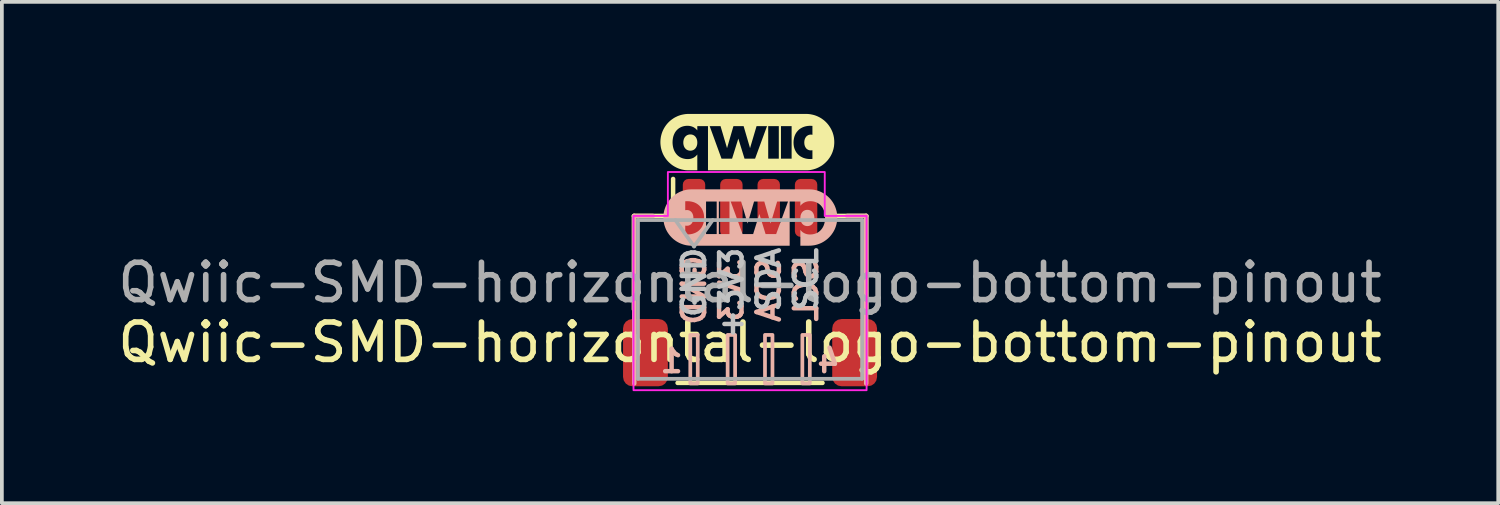
<source format=kicad_pcb>
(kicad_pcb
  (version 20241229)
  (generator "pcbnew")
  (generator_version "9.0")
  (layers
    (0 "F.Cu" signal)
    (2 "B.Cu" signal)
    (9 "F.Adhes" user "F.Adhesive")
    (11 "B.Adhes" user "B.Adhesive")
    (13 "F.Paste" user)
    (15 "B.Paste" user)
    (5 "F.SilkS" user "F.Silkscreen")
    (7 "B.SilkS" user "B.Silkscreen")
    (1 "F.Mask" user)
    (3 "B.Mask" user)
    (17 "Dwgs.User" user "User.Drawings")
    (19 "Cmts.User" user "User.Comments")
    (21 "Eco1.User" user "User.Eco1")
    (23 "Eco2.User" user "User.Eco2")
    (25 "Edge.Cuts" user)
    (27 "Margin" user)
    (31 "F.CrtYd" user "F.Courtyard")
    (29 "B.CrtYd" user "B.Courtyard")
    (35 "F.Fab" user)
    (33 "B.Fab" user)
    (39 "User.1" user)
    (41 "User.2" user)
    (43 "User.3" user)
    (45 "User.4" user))
  (footprint "Qwiic-SMD-horizontal-logo-bottom-pinout"
    (layer "F.Cu")
    (at 17.03 4.516)
    (property "Reference" "Qwiic-SMD-horizontal-logo-bottom-pinout" (at 0 1.6 0) (layer "F.SilkS") (effects (font (size 1 1) (thickness 0.15))))
    (attr smd)
    (fp_line (start -3.11 -1.785) (end -2.06 -1.785) (stroke (width 0.12) (type solid)) (layer "F.SilkS"))
    (fp_line (start -3.11 0.715) (end -3.11 -1.785) (stroke (width 0.12) (type solid)) (layer "F.SilkS"))
    (fp_line (start -2.06 -1.785) (end -2.06 -2.775) (stroke (width 0.12) (type solid)) (layer "F.SilkS"))
    (fp_line (start -1.94 2.685) (end 1.94 2.685) (stroke (width 0.12) (type solid)) (layer "F.SilkS"))
    (fp_line (start 3.11 -1.785) (end 2.06 -1.785) (stroke (width 0.12) (type solid)) (layer "F.SilkS"))
    (fp_line (start 3.11 0.715) (end 3.11 -1.785) (stroke (width 0.12) (type solid)) (layer "F.SilkS"))
    (fp_poly (pts (xy -1.588 -3.966) (xy -1.578 -3.966) (xy -1.568 -3.964) (xy -1.559 -3.963) (xy -1.549 -3.96) (xy -1.54 -3.958) (xy -1.531 -3.955) (xy -1.523 -3.951) (xy -1.514 -3.947) (xy -1.506 -3.943) (xy -1.498 -3.938) (xy -1.491 -3.932) (xy -1.483 -3.927) (xy -1.477 -3.92) (xy -1.47 -3.914) (xy -1.464 -3.907) (xy -1.458 -3.9) (xy -1.452 -3.892) (xy -1.447 -3.884) (xy -1.442 -3.876) (xy -1.437 -3.867) (xy -1.433 -3.858) (xy -1.429 -3.848) (xy -1.426 -3.838) (xy -1.422 -3.828) (xy -1.42 -3.818) (xy -1.417 -3.807) (xy -1.415 -3.796) (xy -1.414 -3.785) (xy -1.413 -3.773) (xy -1.412 -3.762) (xy -1.412 -3.75) (xy -1.412 -3.738) (xy -1.413 -3.726) (xy -1.414 -3.714) (xy -1.415 -3.703) (xy -1.417 -3.692) (xy -1.42 -3.682) (xy -1.422 -3.671) (xy -1.426 -3.661) (xy -1.429 -3.652) (xy -1.433 -3.642) (xy -1.437 -3.633) (xy -1.442 -3.624) (xy -1.447 -3.616) (xy -1.452 -3.608) (xy -1.458 -3.6) (xy -1.464 -3.593) (xy -1.47 -3.586) (xy -1.477 -3.579) (xy -1.483 -3.573) (xy -1.491 -3.567) (xy -1.498 -3.562) (xy -1.506 -3.557) (xy -1.514 -3.552) (xy -1.523 -3.548) (xy -1.531 -3.545) (xy -1.54 -3.541) (xy -1.549 -3.539) (xy -1.559 -3.537) (xy -1.568 -3.535) (xy -1.578 -3.533) (xy -1.588 -3.533) (xy -1.599 -3.532) (xy -1.609 -3.533) (xy -1.619 -3.533) (xy -1.629 -3.535) (xy -1.639 -3.537) (xy -1.648 -3.539) (xy -1.658 -3.541) (xy -1.667 -3.545) (xy -1.675 -3.548) (xy -1.684 -3.552) (xy -1.692 -3.557) (xy -1.7 -3.562) (xy -1.708 -3.567) (xy -1.715 -3.573) (xy -1.722 -3.579) (xy -1.728 -3.586) (xy -1.735 -3.593) (xy -1.741 -3.6) (xy -1.747 -3.608) (xy -1.752 -3.616) (xy -1.757 -3.624) (xy -1.761 -3.633) (xy -1.766 -3.642) (xy -1.77 -3.652) (xy -1.773 -3.661) (xy -1.776 -3.671) (xy -1.779 -3.682) (xy -1.781 -3.692) (xy -1.783 -3.703) (xy -1.785 -3.714) (xy -1.786 -3.726) (xy -1.786 -3.738) (xy -1.787 -3.75) (xy -1.786 -3.762) (xy -1.786 -3.773) (xy -1.785 -3.785) (xy -1.783 -3.796) (xy -1.781 -3.807) (xy -1.779 -3.817) (xy -1.776 -3.828) (xy -1.773 -3.838) (xy -1.77 -3.848) (xy -1.766 -3.857) (xy -1.761 -3.866) (xy -1.757 -3.875) (xy -1.752 -3.883) (xy -1.747 -3.891) (xy -1.741 -3.899) (xy -1.735 -3.906) (xy -1.728 -3.913) (xy -1.722 -3.92) (xy -1.715 -3.926) (xy -1.708 -3.932) (xy -1.7 -3.937) (xy -1.692 -3.942) (xy -1.684 -3.947) (xy -1.675 -3.951) (xy -1.667 -3.954) (xy -1.658 -3.958) (xy -1.648 -3.96) (xy -1.639 -3.963) (xy -1.629 -3.964) (xy -1.619 -3.966) (xy -1.609 -3.966) (xy -1.599 -3.967)) (stroke (width -0.000001) (type solid)) (fill yes) (layer "F.SilkS"))
    (fp_poly (pts (xy 1.54 -4.515) (xy 1.578 -4.512) (xy 1.616 -4.507) (xy 1.653 -4.5) (xy 1.689 -4.492) (xy 1.725 -4.482) (xy 1.76 -4.47) (xy 1.794 -4.457) (xy 1.828 -4.441) (xy 1.86 -4.425) (xy 1.892 -4.407) (xy 1.923 -4.387) (xy 1.952 -4.366) (xy 1.981 -4.344) (xy 2.008 -4.32) (xy 2.034 -4.295) (xy 2.059 -4.269) (xy 2.083 -4.241) (xy 2.105 -4.213) (xy 2.126 -4.183) (xy 2.146 -4.152) (xy 2.164 -4.121) (xy 2.181 -4.088) (xy 2.196 -4.055) (xy 2.21 -4.021) (xy 2.221 -3.986) (xy 2.232 -3.95) (xy 2.24 -3.913) (xy 2.247 -3.876) (xy 2.251 -3.838) (xy 2.254 -3.8) (xy 2.255 -3.761) (xy 2.255 -3.761) (xy 2.254 -3.722) (xy 2.251 -3.684) (xy 2.247 -3.646) (xy 2.24 -3.609) (xy 2.232 -3.573) (xy 2.221 -3.537) (xy 2.21 -3.502) (xy 2.196 -3.467) (xy 2.181 -3.434) (xy 2.164 -3.401) (xy 2.146 -3.37) (xy 2.126 -3.339) (xy 2.105 -3.31) (xy 2.083 -3.281) (xy 2.059 -3.254) (xy 2.034 -3.228) (xy 2.008 -3.203) (xy 1.981 -3.179) (xy 1.952 -3.156) (xy 1.923 -3.135) (xy 1.892 -3.116) (xy 1.86 -3.098) (xy 1.828 -3.081) (xy 1.794 -3.066) (xy 1.76 -3.052) (xy 1.725 -3.041) (xy 1.689 -3.03) (xy 1.653 -3.022) (xy 1.616 -3.015) (xy 1.578 -3.01) (xy 1.54 -3.008) (xy 1.501 -3.007) (xy -1.126 -3.007) (xy -1.126 -4.189) (xy -1.081 -4.189) (xy -0.764 -3.319) (xy -0.481 -3.319) (xy -0.314 -3.856) (xy -0.148 -3.319) (xy 0.135 -3.319) (xy 0.486 -3.319) (xy 0.77 -3.319) (xy 0.828 -3.319) (xy 1.113 -3.319) (xy 1.113 -3.75) (xy 1.164 -3.75) (xy 1.165 -3.725) (xy 1.166 -3.701) (xy 1.169 -3.677) (xy 1.172 -3.654) (xy 1.177 -3.632) (xy 1.182 -3.61) (xy 1.189 -3.589) (xy 1.196 -3.569) (xy 1.205 -3.549) (xy 1.214 -3.53) (xy 1.224 -3.511) (xy 1.235 -3.494) (xy 1.247 -3.476) (xy 1.259 -3.46) (xy 1.273 -3.445) (xy 1.287 -3.43) (xy 1.302 -3.416) (xy 1.318 -3.402) (xy 1.335 -3.39) (xy 1.352 -3.378) (xy 1.37 -3.368) (xy 1.389 -3.358) (xy 1.408 -3.349) (xy 1.428 -3.34) (xy 1.449 -3.333) (xy 1.47 -3.327) (xy 1.492 -3.321) (xy 1.515 -3.317) (xy 1.538 -3.313) (xy 1.562 -3.311) (xy 1.586 -3.309) (xy 1.611 -3.309) (xy 1.619 -3.309) (xy 1.626 -3.309) (xy 1.634 -3.309) (xy 1.641 -3.31) (xy 1.648 -3.31) (xy 1.656 -3.311) (xy 1.67 -3.312) (xy 1.67 -3.545) (xy 1.665 -3.544) (xy 1.659 -3.543) (xy 1.654 -3.542) (xy 1.649 -3.542) (xy 1.643 -3.541) (xy 1.637 -3.541) (xy 1.632 -3.541) (xy 1.626 -3.54) (xy 1.616 -3.541) (xy 1.607 -3.541) (xy 1.598 -3.543) (xy 1.589 -3.544) (xy 1.58 -3.546) (xy 1.572 -3.549) (xy 1.563 -3.552) (xy 1.555 -3.556) (xy 1.547 -3.559) (xy 1.54 -3.564) (xy 1.533 -3.569) (xy 1.526 -3.574) (xy 1.519 -3.579) (xy 1.512 -3.585) (xy 1.506 -3.591) (xy 1.5 -3.598) (xy 1.495 -3.605) (xy 1.49 -3.613) (xy 1.485 -3.621) (xy 1.48 -3.629) (xy 1.476 -3.637) (xy 1.472 -3.646) (xy 1.468 -3.655) (xy 1.465 -3.665) (xy 1.462 -3.674) (xy 1.459 -3.685) (xy 1.457 -3.695) (xy 1.455 -3.706) (xy 1.453 -3.728) (xy 1.452 -3.751) (xy 1.452 -3.763) (xy 1.453 -3.774) (xy 1.454 -3.785) (xy 1.455 -3.796) (xy 1.457 -3.807) (xy 1.459 -3.817) (xy 1.462 -3.827) (xy 1.465 -3.837) (xy 1.468 -3.846) (xy 1.472 -3.856) (xy 1.476 -3.864) (xy 1.48 -3.873) (xy 1.485 -3.881) (xy 1.49 -3.889) (xy 1.495 -3.896) (xy 1.5 -3.904) (xy 1.506 -3.91) (xy 1.512 -3.917) (xy 1.519 -3.923) (xy 1.526 -3.928) (xy 1.533 -3.933) (xy 1.54 -3.938) (xy 1.547 -3.943) (xy 1.555 -3.947) (xy 1.563 -3.95) (xy 1.572 -3.953) (xy 1.58 -3.956) (xy 1.589 -3.958) (xy 1.598 -3.96) (xy 1.607 -3.961) (xy 1.616 -3.962) (xy 1.626 -3.962) (xy 1.632 -3.962) (xy 1.637 -3.962) (xy 1.643 -3.961) (xy 1.649 -3.961) (xy 1.654 -3.96) (xy 1.659 -3.959) (xy 1.665 -3.958) (xy 1.67 -3.957) (xy 1.67 -4.195) (xy 1.657 -4.197) (xy 1.65 -4.197) (xy 1.643 -4.197) (xy 1.636 -4.198) (xy 1.629 -4.198) (xy 1.622 -4.198) (xy 1.615 -4.198) (xy 1.589 -4.198) (xy 1.565 -4.196) (xy 1.541 -4.194) (xy 1.518 -4.19) (xy 1.495 -4.186) (xy 1.473 -4.18) (xy 1.451 -4.174) (xy 1.43 -4.166) (xy 1.41 -4.158) (xy 1.39 -4.149) (xy 1.372 -4.138) (xy 1.353 -4.128) (xy 1.336 -4.116) (xy 1.319 -4.103) (xy 1.303 -4.09) (xy 1.288 -4.075) (xy 1.274 -4.06) (xy 1.26 -4.044) (xy 1.247 -4.028) (xy 1.235 -4.01) (xy 1.224 -3.992) (xy 1.214 -3.973) (xy 1.205 -3.954) (xy 1.197 -3.934) (xy 1.189 -3.913) (xy 1.183 -3.891) (xy 1.177 -3.869) (xy 1.173 -3.846) (xy 1.169 -3.823) (xy 1.166 -3.799) (xy 1.165 -3.775) (xy 1.164 -3.75) (xy 1.113 -3.75) (xy 1.113 -4.189) (xy 0.828 -4.189) (xy 0.828 -3.319) (xy 0.77 -3.319) (xy 0.77 -4.189) (xy 0.486 -4.189) (xy 0.486 -3.319) (xy 0.135 -3.319) (xy 0.454 -4.189) (xy 0.174 -4.189) (xy 0 -3.6) (xy -0.172 -4.189) (xy -0.445 -4.189) (xy -0.616 -3.6) (xy -0.79 -4.189) (xy -1.081 -4.189) (xy -1.126 -4.189) (xy -1.412 -4.189) (xy -1.412 -4.074) (xy -1.424 -4.089) (xy -1.436 -4.102) (xy -1.449 -4.115) (xy -1.463 -4.127) (xy -1.478 -4.138) (xy -1.493 -4.148) (xy -1.508 -4.158) (xy -1.525 -4.166) (xy -1.541 -4.173) (xy -1.559 -4.18) (xy -1.577 -4.185) (xy -1.596 -4.19) (xy -1.615 -4.194) (xy -1.635 -4.196) (xy -1.655 -4.198) (xy -1.676 -4.198) (xy -1.698 -4.198) (xy -1.72 -4.196) (xy -1.741 -4.194) (xy -1.762 -4.19) (xy -1.782 -4.186) (xy -1.802 -4.18) (xy -1.821 -4.174) (xy -1.839 -4.167) (xy -1.857 -4.159) (xy -1.874 -4.149) (xy -1.891 -4.14) (xy -1.907 -4.129) (xy -1.923 -4.117) (xy -1.937 -4.105) (xy -1.952 -4.091) (xy -1.965 -4.077) (xy -1.978 -4.063) (xy -1.99 -4.047) (xy -2.001 -4.031) (xy -2.012 -4.014) (xy -2.021 -3.996) (xy -2.03 -3.977) (xy -2.039 -3.958) (xy -2.046 -3.938) (xy -2.053 -3.918) (xy -2.058 -3.897) (xy -2.063 -3.875) (xy -2.067 -3.853) (xy -2.07 -3.83) (xy -2.073 -3.806) (xy -2.074 -3.782) (xy -2.075 -3.758) (xy -2.074 -3.733) (xy -2.073 -3.708) (xy -2.07 -3.684) (xy -2.067 -3.661) (xy -2.063 -3.638) (xy -2.058 -3.616) (xy -2.052 -3.594) (xy -2.046 -3.573) (xy -2.038 -3.553) (xy -2.03 -3.533) (xy -2.021 -3.515) (xy -2.011 -3.496) (xy -2 -3.479) (xy -1.989 -3.462) (xy -1.976 -3.446) (xy -1.964 -3.431) (xy -1.95 -3.417) (xy -1.936 -3.403) (xy -1.921 -3.39) (xy -1.905 -3.379) (xy -1.889 -3.367) (xy -1.872 -3.357) (xy -1.854 -3.348) (xy -1.836 -3.34) (xy -1.817 -3.332) (xy -1.797 -3.326) (xy -1.777 -3.32) (xy -1.757 -3.316) (xy -1.736 -3.312) (xy -1.714 -3.309) (xy -1.692 -3.308) (xy -1.669 -3.307) (xy -1.649 -3.308) (xy -1.629 -3.309) (xy -1.61 -3.312) (xy -1.591 -3.315) (xy -1.573 -3.32) (xy -1.556 -3.325) (xy -1.538 -3.332) (xy -1.522 -3.339) (xy -1.506 -3.347) (xy -1.491 -3.357) (xy -1.476 -3.367) (xy -1.462 -3.378) (xy -1.448 -3.39) (xy -1.436 -3.403) (xy -1.423 -3.417) (xy -1.412 -3.431) (xy -1.412 -3.007) (xy -1.645 -3.007) (xy -1.684 -3.008) (xy -1.722 -3.01) (xy -1.76 -3.015) (xy -1.797 -3.022) (xy -1.834 -3.03) (xy -1.87 -3.041) (xy -1.905 -3.052) (xy -1.939 -3.066) (xy -1.972 -3.081) (xy -2.005 -3.098) (xy -2.037 -3.116) (xy -2.067 -3.135) (xy -2.097 -3.156) (xy -2.125 -3.179) (xy -2.153 -3.203) (xy -2.179 -3.228) (xy -2.204 -3.254) (xy -2.228 -3.281) (xy -2.25 -3.31) (xy -2.271 -3.339) (xy -2.291 -3.37) (xy -2.309 -3.401) (xy -2.326 -3.434) (xy -2.341 -3.467) (xy -2.354 -3.502) (xy -2.366 -3.537) (xy -2.376 -3.573) (xy -2.385 -3.609) (xy -2.391 -3.646) (xy -2.396 -3.684) (xy -2.399 -3.722) (xy -2.4 -3.761) (xy -2.4 -3.761) (xy -2.399 -3.8) (xy -2.396 -3.838) (xy -2.391 -3.876) (xy -2.385 -3.913) (xy -2.376 -3.95) (xy -2.366 -3.986) (xy -2.354 -4.021) (xy -2.341 -4.055) (xy -2.326 -4.088) (xy -2.309 -4.121) (xy -2.291 -4.152) (xy -2.271 -4.183) (xy -2.25 -4.213) (xy -2.228 -4.241) (xy -2.204 -4.269) (xy -2.179 -4.295) (xy -2.153 -4.32) (xy -2.125 -4.344) (xy -2.097 -4.366) (xy -2.067 -4.387) (xy -2.037 -4.407) (xy -2.005 -4.425) (xy -1.972 -4.441) (xy -1.939 -4.457) (xy -1.905 -4.47) (xy -1.87 -4.482) (xy -1.834 -4.492) (xy -1.797 -4.5) (xy -1.76 -4.507) (xy -1.722 -4.512) (xy -1.684 -4.515) (xy -1.645 -4.516) (xy 1.501 -4.516)) (stroke (width -0.000001) (type solid)) (fill yes) (layer "F.SilkS"))
    (fp_line (start -3.1 -1.785) (end -2.6 -1.785) (stroke (width 0.12) (type solid)) (layer "B.SilkS"))
    (fp_line (start -3.1 2.7) (end -3.1 -1.785) (stroke (width 0.12) (type solid)) (layer "B.SilkS"))
    (fp_line (start 3.11 -1.785) (end 2.6 -1.785) (stroke (width 0.12) (type solid)) (layer "B.SilkS"))
    (fp_line (start 3.11 2.7) (end 3.11 -1.785) (stroke (width 0.12) (type solid)) (layer "B.SilkS"))
    (fp_rect (start -1.6 1.4) (end -1.4 2.7) (stroke (width 0.1) (type default)) (fill no) (layer "B.SilkS"))
    (fp_rect (start -0.6 1.4) (end -0.4 2.7) (stroke (width 0.1) (type default)) (fill no) (layer "B.SilkS"))
    (fp_rect (start 0.4 1.4) (end 0.6 2.7) (stroke (width 0.1) (type default)) (fill no) (layer "B.SilkS"))
    (fp_rect (start 1.4 1.4) (end 1.6 2.7) (stroke (width 0.1) (type default)) (fill no) (layer "B.SilkS"))
    (fp_poly (pts (xy 1.523 -1.948) (xy 1.513 -1.947) (xy 1.503 -1.946) (xy 1.494 -1.944) (xy 1.484 -1.942) (xy 1.475 -1.939) (xy 1.466 -1.936) (xy 1.458 -1.932) (xy 1.449 -1.928) (xy 1.441 -1.924) (xy 1.433 -1.919) (xy 1.426 -1.914) (xy 1.419 -1.908) (xy 1.412 -1.902) (xy 1.405 -1.895) (xy 1.399 -1.888) (xy 1.393 -1.881) (xy 1.387 -1.873) (xy 1.382 -1.865) (xy 1.377 -1.857) (xy 1.372 -1.848) (xy 1.368 -1.839) (xy 1.364 -1.83) (xy 1.361 -1.82) (xy 1.357 -1.81) (xy 1.355 -1.799) (xy 1.352 -1.789) (xy 1.351 -1.778) (xy 1.349 -1.766) (xy 1.348 -1.755) (xy 1.347 -1.743) (xy 1.347 -1.731) (xy 1.347 -1.719) (xy 1.348 -1.707) (xy 1.349 -1.696) (xy 1.351 -1.685) (xy 1.352 -1.674) (xy 1.355 -1.663) (xy 1.357 -1.653) (xy 1.361 -1.643) (xy 1.364 -1.633) (xy 1.368 -1.624) (xy 1.372 -1.615) (xy 1.377 -1.606) (xy 1.382 -1.597) (xy 1.387 -1.589) (xy 1.393 -1.582) (xy 1.399 -1.574) (xy 1.405 -1.567) (xy 1.412 -1.561) (xy 1.419 -1.554) (xy 1.426 -1.549) (xy 1.433 -1.543) (xy 1.441 -1.538) (xy 1.449 -1.534) (xy 1.458 -1.53) (xy 1.466 -1.526) (xy 1.475 -1.523) (xy 1.484 -1.52) (xy 1.494 -1.518) (xy 1.503 -1.516) (xy 1.513 -1.515) (xy 1.523 -1.514) (xy 1.534 -1.514) (xy 1.544 -1.514) (xy 1.554 -1.515) (xy 1.564 -1.516) (xy 1.574 -1.518) (xy 1.584 -1.52) (xy 1.593 -1.523) (xy 1.602 -1.526) (xy 1.611 -1.53) (xy 1.619 -1.534) (xy 1.627 -1.538) (xy 1.635 -1.543) (xy 1.643 -1.549) (xy 1.65 -1.554) (xy 1.657 -1.561) (xy 1.664 -1.567) (xy 1.67 -1.574) (xy 1.676 -1.582) (xy 1.682 -1.589) (xy 1.687 -1.597) (xy 1.692 -1.606) (xy 1.697 -1.615) (xy 1.701 -1.624) (xy 1.705 -1.633) (xy 1.708 -1.643) (xy 1.711 -1.653) (xy 1.714 -1.663) (xy 1.716 -1.674) (xy 1.718 -1.685) (xy 1.72 -1.696) (xy 1.721 -1.707) (xy 1.722 -1.719) (xy 1.722 -1.731) (xy 1.722 -1.743) (xy 1.721 -1.755) (xy 1.72 -1.766) (xy 1.718 -1.777) (xy 1.716 -1.788) (xy 1.714 -1.799) (xy 1.711 -1.809) (xy 1.708 -1.819) (xy 1.705 -1.829) (xy 1.701 -1.838) (xy 1.697 -1.847) (xy 1.692 -1.856) (xy 1.687 -1.865) (xy 1.682 -1.873) (xy 1.676 -1.88) (xy 1.67 -1.888) (xy 1.664 -1.895) (xy 1.657 -1.901) (xy 1.65 -1.908) (xy 1.643 -1.913) (xy 1.635 -1.919) (xy 1.627 -1.924) (xy 1.619 -1.928) (xy 1.611 -1.932) (xy 1.602 -1.936) (xy 1.593 -1.939) (xy 1.584 -1.942) (xy 1.574 -1.944) (xy 1.564 -1.946) (xy 1.554 -1.947) (xy 1.544 -1.948) (xy 1.534 -1.948)) (stroke (width -0.000001) (type solid)) (fill yes) (layer "B.SilkS"))
    (fp_poly (pts (xy -1.604 -2.496) (xy -1.643 -2.493) (xy -1.681 -2.489) (xy -1.718 -2.482) (xy -1.754 -2.473) (xy -1.79 -2.463) (xy -1.825 -2.451) (xy -1.859 -2.438) (xy -1.893 -2.423) (xy -1.925 -2.406) (xy -1.957 -2.388) (xy -1.988 -2.368) (xy -2.017 -2.347) (xy -2.046 -2.325) (xy -2.073 -2.301) (xy -2.099 -2.276) (xy -2.124 -2.25) (xy -2.148 -2.223) (xy -2.17 -2.194) (xy -2.191 -2.165) (xy -2.211 -2.134) (xy -2.229 -2.102) (xy -2.246 -2.07) (xy -2.261 -2.036) (xy -2.274 -2.002) (xy -2.286 -1.967) (xy -2.297 -1.931) (xy -2.305 -1.895) (xy -2.312 -1.858) (xy -2.316 -1.82) (xy -2.319 -1.781) (xy -2.32 -1.743) (xy -2.32 -1.743) (xy -2.319 -1.704) (xy -2.316 -1.665) (xy -2.312 -1.628) (xy -2.305 -1.591) (xy -2.297 -1.554) (xy -2.286 -1.518) (xy -2.274 -1.483) (xy -2.261 -1.449) (xy -2.246 -1.415) (xy -2.229 -1.383) (xy -2.211 -1.351) (xy -2.191 -1.321) (xy -2.17 -1.291) (xy -2.148 -1.263) (xy -2.124 -1.235) (xy -2.099 -1.209) (xy -2.073 -1.184) (xy -2.046 -1.16) (xy -2.017 -1.138) (xy -1.988 -1.117) (xy -1.957 -1.097) (xy -1.925 -1.079) (xy -1.893 -1.062) (xy -1.859 -1.047) (xy -1.825 -1.034) (xy -1.79 -1.022) (xy -1.754 -1.012) (xy -1.718 -1.003) (xy -1.681 -0.997) (xy -1.643 -0.992) (xy -1.604 -0.989) (xy -1.566 -0.988) (xy 1.061 -0.988) (xy 1.061 -2.17) (xy 1.016 -2.17) (xy 0.699 -1.3) (xy 0.416 -1.3) (xy 0.249 -1.837) (xy 0.083 -1.3) (xy -0.2 -1.3) (xy -0.551 -1.3) (xy -0.835 -1.3) (xy -0.893 -1.3) (xy -1.178 -1.3) (xy -1.178 -1.731) (xy -1.229 -1.731) (xy -1.23 -1.706) (xy -1.231 -1.682) (xy -1.234 -1.659) (xy -1.237 -1.636) (xy -1.242 -1.614) (xy -1.247 -1.592) (xy -1.254 -1.571) (xy -1.261 -1.55) (xy -1.27 -1.53) (xy -1.279 -1.511) (xy -1.289 -1.493) (xy -1.3 -1.475) (xy -1.312 -1.458) (xy -1.324 -1.442) (xy -1.338 -1.426) (xy -1.352 -1.411) (xy -1.367 -1.397) (xy -1.383 -1.384) (xy -1.399 -1.371) (xy -1.417 -1.36) (xy -1.435 -1.349) (xy -1.454 -1.339) (xy -1.473 -1.33) (xy -1.493 -1.322) (xy -1.514 -1.315) (xy -1.535 -1.308) (xy -1.557 -1.303) (xy -1.58 -1.298) (xy -1.603 -1.295) (xy -1.627 -1.292) (xy -1.651 -1.291) (xy -1.676 -1.29) (xy -1.684 -1.29) (xy -1.691 -1.291) (xy -1.699 -1.291) (xy -1.706 -1.291) (xy -1.713 -1.292) (xy -1.721 -1.292) (xy -1.735 -1.293) (xy -1.735 -1.526) (xy -1.73 -1.525) (xy -1.724 -1.524) (xy -1.719 -1.524) (xy -1.713 -1.523) (xy -1.708 -1.523) (xy -1.702 -1.522) (xy -1.697 -1.522) (xy -1.691 -1.522) (xy -1.681 -1.522) (xy -1.672 -1.523) (xy -1.663 -1.524) (xy -1.654 -1.526) (xy -1.645 -1.528) (xy -1.636 -1.53) (xy -1.628 -1.534) (xy -1.62 -1.537) (xy -1.612 -1.541) (xy -1.605 -1.545) (xy -1.598 -1.55) (xy -1.591 -1.555) (xy -1.584 -1.561) (xy -1.577 -1.567) (xy -1.571 -1.573) (xy -1.565 -1.58) (xy -1.56 -1.587) (xy -1.554 -1.594) (xy -1.549 -1.602) (xy -1.545 -1.61) (xy -1.541 -1.619) (xy -1.537 -1.627) (xy -1.533 -1.637) (xy -1.53 -1.646) (xy -1.527 -1.656) (xy -1.524 -1.666) (xy -1.522 -1.676) (xy -1.52 -1.687) (xy -1.518 -1.709) (xy -1.517 -1.733) (xy -1.517 -1.744) (xy -1.518 -1.756) (xy -1.519 -1.767) (xy -1.52 -1.778) (xy -1.522 -1.788) (xy -1.524 -1.799) (xy -1.527 -1.809) (xy -1.53 -1.818) (xy -1.533 -1.828) (xy -1.537 -1.837) (xy -1.541 -1.846) (xy -1.545 -1.854) (xy -1.549 -1.863) (xy -1.554 -1.87) (xy -1.56 -1.878) (xy -1.565 -1.885) (xy -1.571 -1.892) (xy -1.577 -1.898) (xy -1.584 -1.904) (xy -1.591 -1.91) (xy -1.598 -1.915) (xy -1.605 -1.92) (xy -1.612 -1.924) (xy -1.62 -1.928) (xy -1.628 -1.932) (xy -1.636 -1.935) (xy -1.645 -1.937) (xy -1.654 -1.939) (xy -1.663 -1.941) (xy -1.672 -1.942) (xy -1.681 -1.943) (xy -1.691 -1.943) (xy -1.697 -1.943) (xy -1.702 -1.943) (xy -1.708 -1.943) (xy -1.713 -1.942) (xy -1.719 -1.941) (xy -1.724 -1.941) (xy -1.73 -1.94) (xy -1.735 -1.939) (xy -1.735 -2.177) (xy -1.721 -2.178) (xy -1.715 -2.179) (xy -1.708 -2.179) (xy -1.701 -2.179) (xy -1.694 -2.179) (xy -1.687 -2.18) (xy -1.679 -2.18) (xy -1.654 -2.179) (xy -1.63 -2.178) (xy -1.606 -2.175) (xy -1.583 -2.171) (xy -1.56 -2.167) (xy -1.538 -2.161) (xy -1.516 -2.155) (xy -1.495 -2.148) (xy -1.475 -2.139) (xy -1.455 -2.13) (xy -1.436 -2.12) (xy -1.418 -2.109) (xy -1.401 -2.097) (xy -1.384 -2.084) (xy -1.368 -2.071) (xy -1.353 -2.057) (xy -1.339 -2.042) (xy -1.325 -2.026) (xy -1.312 -2.009) (xy -1.3 -1.992) (xy -1.289 -1.974) (xy -1.279 -1.955) (xy -1.27 -1.935) (xy -1.262 -1.915) (xy -1.254 -1.894) (xy -1.248 -1.873) (xy -1.242 -1.851) (xy -1.237 -1.828) (xy -1.234 -1.804) (xy -1.231 -1.781) (xy -1.23 -1.756) (xy -1.229 -1.731) (xy -1.178 -1.731) (xy -1.178 -2.17) (xy -0.893 -2.17) (xy -0.893 -1.3) (xy -0.835 -1.3) (xy -0.835 -2.17) (xy -0.551 -2.17) (xy -0.551 -1.3) (xy -0.2 -1.3) (xy -0.518 -2.17) (xy -0.239 -2.17) (xy -0.065 -1.581) (xy 0.107 -2.17) (xy 0.381 -2.17) (xy 0.551 -1.581) (xy 0.725 -2.17) (xy 1.016 -2.17) (xy 1.061 -2.17) (xy 1.347 -2.17) (xy 1.347 -2.056) (xy 1.359 -2.07) (xy 1.371 -2.084) (xy 1.384 -2.097) (xy 1.398 -2.108) (xy 1.413 -2.119) (xy 1.428 -2.13) (xy 1.443 -2.139) (xy 1.46 -2.147) (xy 1.477 -2.155) (xy 1.494 -2.161) (xy 1.512 -2.167) (xy 1.531 -2.171) (xy 1.55 -2.175) (xy 1.57 -2.178) (xy 1.59 -2.179) (xy 1.611 -2.18) (xy 1.633 -2.179) (xy 1.655 -2.178) (xy 1.676 -2.175) (xy 1.697 -2.172) (xy 1.717 -2.167) (xy 1.737 -2.162) (xy 1.756 -2.155) (xy 1.774 -2.148) (xy 1.792 -2.14) (xy 1.809 -2.131) (xy 1.826 -2.121) (xy 1.842 -2.11) (xy 1.858 -2.099) (xy 1.873 -2.086) (xy 1.887 -2.073) (xy 1.9 -2.059) (xy 1.913 -2.044) (xy 1.925 -2.028) (xy 1.936 -2.012) (xy 1.947 -1.995) (xy 1.956 -1.977) (xy 1.965 -1.959) (xy 1.974 -1.94) (xy 1.981 -1.92) (xy 1.988 -1.899) (xy 1.993 -1.878) (xy 1.998 -1.856) (xy 2.002 -1.834) (xy 2.006 -1.811) (xy 2.008 -1.788) (xy 2.009 -1.764) (xy 2.01 -1.739) (xy 2.009 -1.714) (xy 2.008 -1.689) (xy 2.005 -1.665) (xy 2.002 -1.642) (xy 1.998 -1.619) (xy 1.993 -1.597) (xy 1.987 -1.576) (xy 1.981 -1.555) (xy 1.973 -1.534) (xy 1.965 -1.515) (xy 1.956 -1.496) (xy 1.946 -1.478) (xy 1.935 -1.46) (xy 1.924 -1.444) (xy 1.912 -1.428) (xy 1.899 -1.413) (xy 1.885 -1.398) (xy 1.871 -1.385) (xy 1.856 -1.372) (xy 1.84 -1.36) (xy 1.824 -1.349) (xy 1.807 -1.339) (xy 1.789 -1.329) (xy 1.771 -1.321) (xy 1.752 -1.314) (xy 1.733 -1.307) (xy 1.713 -1.302) (xy 1.692 -1.297) (xy 1.671 -1.293) (xy 1.649 -1.291) (xy 1.627 -1.289) (xy 1.604 -1.289) (xy 1.584 -1.289) (xy 1.564 -1.291) (xy 1.545 -1.293) (xy 1.526 -1.297) (xy 1.508 -1.301) (xy 1.491 -1.307) (xy 1.474 -1.313) (xy 1.457 -1.321) (xy 1.441 -1.329) (xy 1.426 -1.338) (xy 1.411 -1.348) (xy 1.397 -1.359) (xy 1.384 -1.371) (xy 1.371 -1.384) (xy 1.359 -1.398) (xy 1.347 -1.413) (xy 1.347 -0.988) (xy 1.58 -0.988) (xy 1.619 -0.989) (xy 1.658 -0.992) (xy 1.695 -0.997) (xy 1.733 -1.003) (xy 1.769 -1.012) (xy 1.805 -1.022) (xy 1.84 -1.034) (xy 1.874 -1.047) (xy 1.908 -1.062) (xy 1.94 -1.079) (xy 1.972 -1.097) (xy 2.002 -1.117) (xy 2.032 -1.138) (xy 2.06 -1.16) (xy 2.088 -1.184) (xy 2.114 -1.209) (xy 2.139 -1.235) (xy 2.163 -1.263) (xy 2.185 -1.291) (xy 2.206 -1.321) (xy 2.226 -1.351) (xy 2.244 -1.383) (xy 2.261 -1.415) (xy 2.276 -1.449) (xy 2.289 -1.483) (xy 2.301 -1.518) (xy 2.311 -1.554) (xy 2.32 -1.591) (xy 2.326 -1.628) (xy 2.331 -1.665) (xy 2.334 -1.704) (xy 2.335 -1.743) (xy 2.335 -1.743) (xy 2.334 -1.781) (xy 2.331 -1.82) (xy 2.326 -1.858) (xy 2.32 -1.895) (xy 2.311 -1.931) (xy 2.301 -1.967) (xy 2.289 -2.002) (xy 2.276 -2.036) (xy 2.261 -2.07) (xy 2.244 -2.102) (xy 2.226 -2.134) (xy 2.206 -2.165) (xy 2.185 -2.194) (xy 2.163 -2.223) (xy 2.139 -2.25) (xy 2.114 -2.276) (xy 2.088 -2.301) (xy 2.06 -2.325) (xy 2.032 -2.347) (xy 2.002 -2.368) (xy 1.972 -2.388) (xy 1.94 -2.406) (xy 1.908 -2.423) (xy 1.874 -2.438) (xy 1.84 -2.451) (xy 1.805 -2.463) (xy 1.769 -2.473) (xy 1.733 -2.482) (xy 1.695 -2.489) (xy 1.658 -2.493) (xy 1.619 -2.496) (xy 1.58 -2.497) (xy -1.566 -2.497)) (stroke (width -0.000001) (type solid)) (fill yes) (layer "B.SilkS"))
    (fp_poly (pts (xy 3.12 -1.785) (xy 3.12 2.88) (xy -3.12 2.88) (xy -3.12 -1.785) (xy -2.2 -1.785) (xy -2.2 -2.961) (xy 2 -2.961) (xy 2 -1.785)) (stroke (width 0.05) (type solid)) (fill no) (layer "F.CrtYd"))
    (fp_line (start -3 -1.675) (end -3 2.575) (stroke (width 0.1) (type solid)) (layer "F.Fab"))
    (fp_line (start -3 -1.675) (end 3 -1.675) (stroke (width 0.1) (type solid)) (layer "F.Fab"))
    (fp_line (start -3 2.575) (end 3 2.575) (stroke (width 0.1) (type solid)) (layer "F.Fab"))
    (fp_line (start -2 -1.675) (end -1.5 -0.968) (stroke (width 0.1) (type solid)) (layer "F.Fab"))
    (fp_line (start -1.5 -0.968) (end -1 -1.675) (stroke (width 0.1) (type solid)) (layer "F.Fab"))
    (fp_line (start 3 -1.675) (end 3 2.575) (stroke (width 0.1) (type solid)) (layer "F.Fab"))
    (fp_text user "SCL" (at 1.5 0.2 270) (layer "B.SilkS") (effects (font (size 0.6 0.6) (thickness 0.12) (bold yes)) (justify mirror)))
    (fp_text user "1" (at -2.1 2.1 0) (unlocked yes) (layer "B.SilkS") (effects (font (size 0.6 0.6) (thickness 0.12) (bold yes)) (justify mirror)))
    (fp_text user "3V3" (at -0.5 0.2 270) (layer "B.SilkS") (effects (font (size 0.6 0.6) (thickness 0.12) (bold yes)) (justify mirror)))
    (fp_text user "GND" (at -1.5 0.2 270) (layer "B.SilkS") (effects (font (size 0.6 0.6) (thickness 0.12) (bold yes)) (justify mirror)))
    (fp_text user "SDA" (at 0.5 0.2 270) (layer "B.SilkS") (effects (font (size 0.6 0.6) (thickness 0.12) (bold yes)) (justify mirror)))
    (fp_text user "4" (at 2.1 2.1 0) (unlocked yes) (layer "B.SilkS") (effects (font (size 0.6 0.6) (thickness 0.12) (bold yes)) (justify mirror)))
    (fp_text user "SCL" (at 1.5 -1 90) (unlocked yes) (layer "Dwgs.User") (effects (font (size 0.6 0.6) (thickness 0.12) (bold yes)) (justify right)))
    (fp_text user "+3V3" (at -0.5 -1 90) (unlocked yes) (layer "Dwgs.User") (effects (font (size 0.6 0.6) (thickness 0.12) (bold yes)) (justify right)))
    (fp_text user "SDA" (at 0.5 -1 90) (unlocked yes) (layer "Dwgs.User") (effects (font (size 0.6 0.6) (thickness 0.12) (bold yes)) (justify right)))
    (fp_text user "GND" (at -1.5 -1 90) (unlocked yes) (layer "Dwgs.User") (effects (font (size 0.6 0.6) (thickness 0.12) (bold yes)) (justify right)))
    (fp_text user "${REFERENCE}" (at 0 0 0) (layer "F.Fab") (effects (font (size 1 1) (thickness 0.15))))
    (pad "1" smd roundrect (at -1.5 -2) (size 0.6 1.55) (layers "F.Cu" "F.Mask" "F.Paste") (roundrect_rratio 0.25))
    (pad "2" smd roundrect (at -0.5 -2) (size 0.6 1.55) (layers "F.Cu" "F.Mask" "F.Paste") (roundrect_rratio 0.25))
    (pad "3" smd roundrect (at 0.5 -2) (size 0.6 1.55) (layers "F.Cu" "F.Mask" "F.Paste") (roundrect_rratio 0.25))
    (pad "4" smd roundrect (at 1.5 -2) (size 0.6 1.55) (layers "F.Cu" "F.Mask" "F.Paste") (roundrect_rratio 0.25))
    (pad "MP" smd roundrect (at -2.8 1.875) (size 1.2 1.8) (layers "F.Cu" "F.Mask" "F.Paste") (roundrect_rratio 0.208))
    (pad "MP" smd roundrect (at 2.8 1.875) (size 1.2 1.8) (layers "F.Cu" "F.Mask" "F.Paste") (roundrect_rratio 0.208)))
  (gr_rect
    (start -3 -3)
    (end 37.06 10.421)
    (stroke (width 0.1) (type default))
    (fill no)
    (layer "Edge.Cuts")))
</source>
